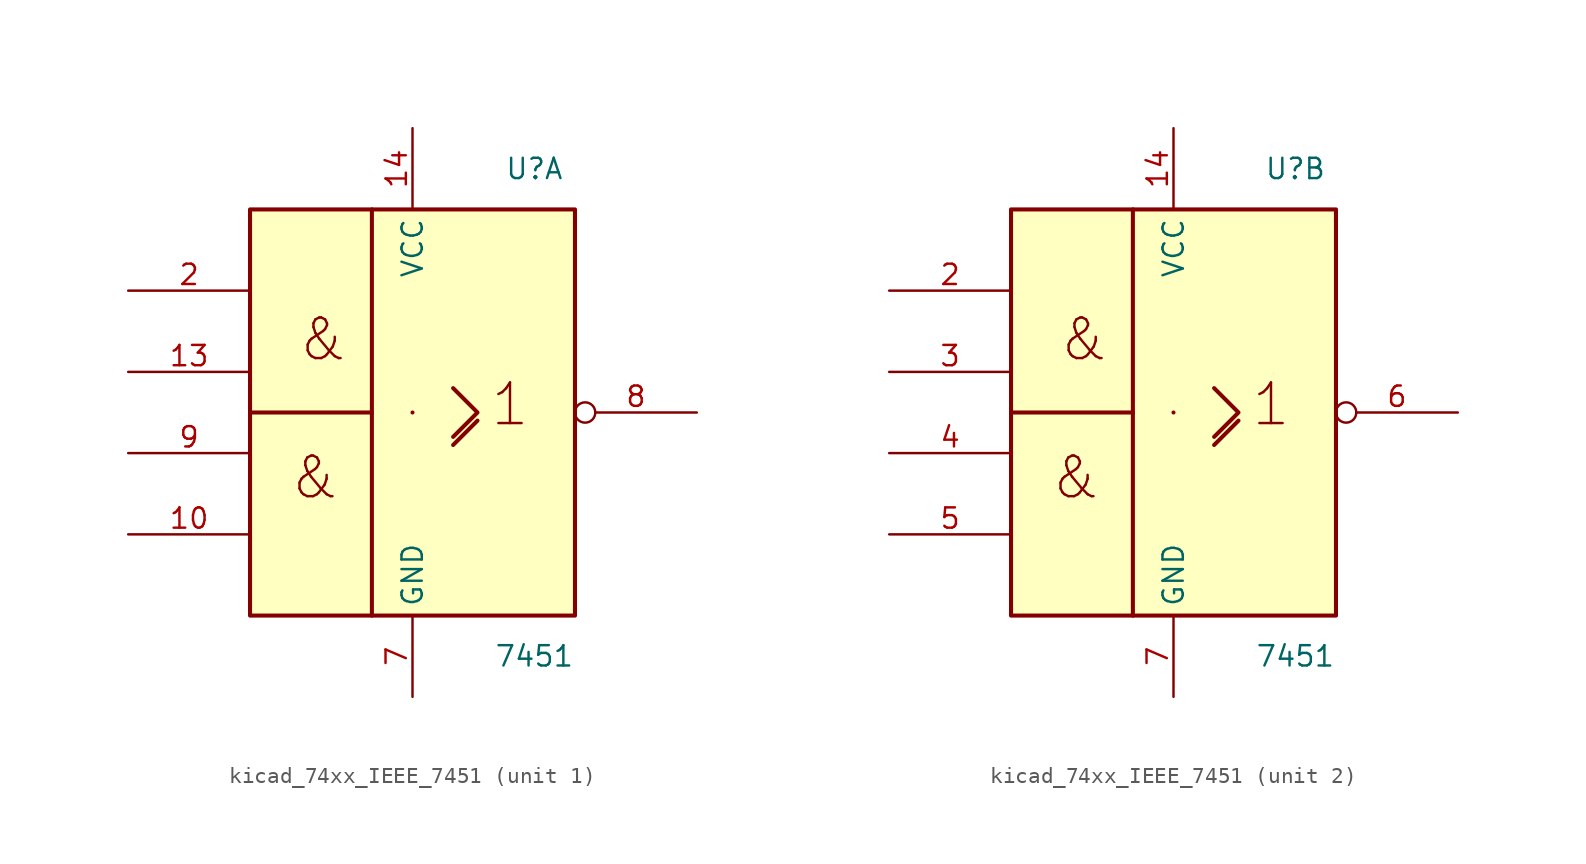
<source format=kicad_sym>
(kicad_symbol_lib
  (version 20220914)
  (generator kicad_symbol_editor)
  (symbol "kicad_74xx_IEEE_7451"
    (property "Reference" "U"
      (at 7.62 15.24 0)
      (effects (font (size 1.27 1.27))))
    (property "Value" "7451"
      (at 7.62 -15.24 0)
      (effects (font (size 1.27 1.27))))
    (symbol "kicad_74xx_IEEE_7451_0_0"
      (rectangle (start 0 0) (end 0 0) (stroke (width 0.254) (type default)) (fill (type background)))
      (polyline (pts (xy 2.54 -2.032) (xy 4.064 -0.508) (xy 4.064 -0.508)) (stroke (width 0.254) (type default)) (fill (type background)))
      (polyline (pts (xy 2.54 1.524) (xy 4.064 0) (xy 2.54 -1.524) (xy 2.54 -1.524)) (stroke (width 0.254) (type default)) (fill (type background)))
      (text "&" (at -6.096 -4.064 0) (effects (font (size 2.54 2.54))))
      (text "&" (at -5.588 4.572 0) (effects (font (size 2.54 2.54))))
      (text "1" (at 6.096 0.508 0) (effects (font (size 2.54 2.54)))))
    (symbol "kicad_74xx_IEEE_7451_0_1"
      (rectangle (start -10.16 12.7) (end 10.16 -12.7) (stroke (width 0.254) (type default)) (fill (type background)))
      (polyline (pts (xy -2.54 0) (xy -2.54 -12.7) (xy -2.54 -12.7)) (stroke (width 0.254) (type default)) (fill (type background)))
      (polyline (pts (xy -2.54 12.7) (xy -2.54 0) (xy -10.16 0) (xy -10.16 0)) (stroke (width 0.254) (type default)) (fill (type background)))
      (pin power_in line (at 0 17.78 270) (length 5.08) (name "VCC" (effects (font (size 1.27 1.27)))) (number "14" (effects (font (size 1.27 1.27)))))
      (pin power_in line (at 0 -17.78 90) (length 5.08) (name "GND" (effects (font (size 1.27 1.27)))) (number "7" (effects (font (size 1.27 1.27))))))
    (symbol "kicad_74xx_IEEE_7451_1_1"
      (pin input line (at -17.78 -7.62 0) (length 7.62) (name "~" (effects (font (size 1.27 1.27)))) (number "10" (effects (font (size 1.27 1.27)))))
      (pin input line (at -17.78 2.54 0) (length 7.62) (name "~" (effects (font (size 1.27 1.27)))) (number "13" (effects (font (size 1.27 1.27)))))
      (pin input line (at -17.78 7.62 0) (length 7.62) (name "~" (effects (font (size 1.27 1.27)))) (number "2" (effects (font (size 1.27 1.27)))))
      (pin output inverted (at 17.78 0 180) (length 7.62) (name "~" (effects (font (size 1.27 1.27)))) (number "8" (effects (font (size 1.27 1.27)))))
      (pin input line (at -17.78 -2.54 0) (length 7.62) (name "~" (effects (font (size 1.27 1.27)))) (number "9" (effects (font (size 1.27 1.27))))))
    (symbol "kicad_74xx_IEEE_7451_2_1"
      (pin input line (at -17.78 7.62 0) (length 7.62) (name "~" (effects (font (size 1.27 1.27)))) (number "2" (effects (font (size 1.27 1.27)))))
      (pin input line (at -17.78 2.54 0) (length 7.62) (name "~" (effects (font (size 1.27 1.27)))) (number "3" (effects (font (size 1.27 1.27)))))
      (pin input line (at -17.78 -2.54 0) (length 7.62) (name "~" (effects (font (size 1.27 1.27)))) (number "4" (effects (font (size 1.27 1.27)))))
      (pin input line (at -17.78 -7.62 0) (length 7.62) (name "~" (effects (font (size 1.27 1.27)))) (number "5" (effects (font (size 1.27 1.27)))))
      (pin output inverted (at 17.78 0 180) (length 7.62) (name "~" (effects (font (size 1.27 1.27)))) (number "6" (effects (font (size 1.27 1.27))))))))
</source>
